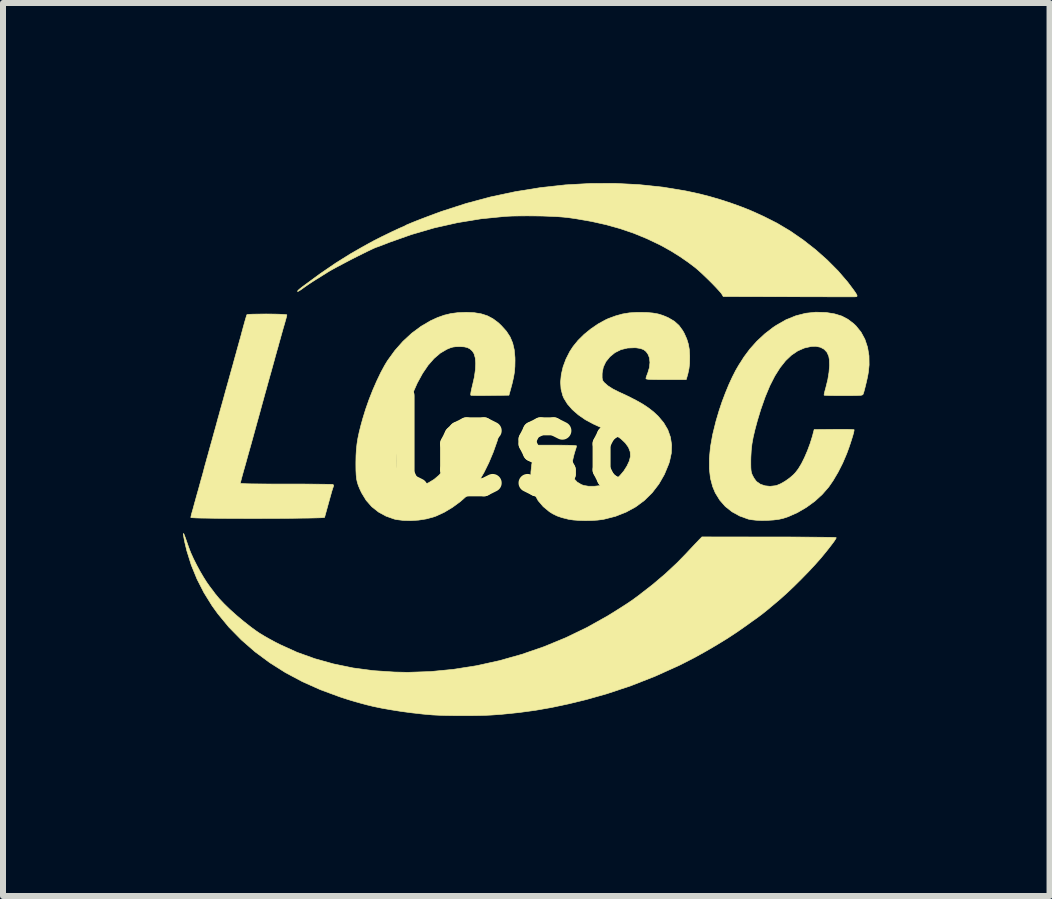
<source format=kicad_pcb>
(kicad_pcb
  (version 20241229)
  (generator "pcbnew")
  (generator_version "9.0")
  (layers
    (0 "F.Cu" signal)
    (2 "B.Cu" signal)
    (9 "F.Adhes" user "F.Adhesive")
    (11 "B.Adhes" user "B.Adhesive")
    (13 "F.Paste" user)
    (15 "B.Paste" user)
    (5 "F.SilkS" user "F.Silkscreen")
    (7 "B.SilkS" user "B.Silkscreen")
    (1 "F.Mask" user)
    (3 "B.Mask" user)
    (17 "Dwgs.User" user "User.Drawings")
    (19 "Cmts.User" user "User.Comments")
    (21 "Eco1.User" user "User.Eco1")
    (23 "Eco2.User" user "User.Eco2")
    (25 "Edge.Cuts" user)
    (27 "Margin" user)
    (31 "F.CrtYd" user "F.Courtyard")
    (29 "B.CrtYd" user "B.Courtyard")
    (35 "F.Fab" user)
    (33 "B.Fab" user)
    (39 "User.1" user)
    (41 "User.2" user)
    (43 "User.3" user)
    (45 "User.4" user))
  (footprint "lcsc"
    (layer "F.Cu")
    (at 5.666 4.379)
    (property "Reference" "lcsc" (at 0 0 0) (layer "F.SilkS") (effects (font (size 1.524 1.524) (thickness 0.3))))
    (attr through_hole)
    (fp_poly (pts (xy -0.817 -2.22) (xy -0.7 -2.201) (xy -0.597 -2.168) (xy -0.504 -2.119) (xy -0.414 -2.052) (xy -0.361 -2.001) (xy -0.279 -1.91) (xy -0.218 -1.816) (xy -0.175 -1.714) (xy -0.149 -1.602) (xy -0.137 -1.473) (xy -0.136 -1.422) (xy -0.138 -1.324) (xy -0.145 -1.235) (xy -0.16 -1.145) (xy -0.182 -1.047) (xy -0.202 -0.972) (xy -0.237 -0.845) (xy -0.547 -0.841) (xy -0.634 -0.84) (xy -0.712 -0.84) (xy -0.779 -0.84) (xy -0.83 -0.841) (xy -0.862 -0.842) (xy -0.871 -0.843) (xy -0.875 -0.856) (xy -0.871 -0.89) (xy -0.86 -0.946) (xy -0.844 -1.012) (xy -0.813 -1.148) (xy -0.796 -1.27) (xy -0.791 -1.377) (xy -0.798 -1.465) (xy -0.818 -1.535) (xy -0.846 -1.58) (xy -0.886 -1.616) (xy -0.93 -1.639) (xy -0.984 -1.651) (xy -1.054 -1.655) (xy -1.068 -1.655) (xy -1.126 -1.653) (xy -1.171 -1.647) (xy -1.212 -1.635) (xy -1.263 -1.614) (xy -1.272 -1.61) (xy -1.381 -1.546) (xy -1.485 -1.457) (xy -1.584 -1.344) (xy -1.677 -1.207) (xy -1.765 -1.046) (xy -1.847 -0.861) (xy -1.923 -0.652) (xy -1.994 -0.421) (xy -2.059 -0.166) (xy -2.065 -0.14) (xy -2.083 -0.047) (xy -2.096 0.052) (xy -2.104 0.152) (xy -2.108 0.248) (xy -2.106 0.335) (xy -2.099 0.407) (xy -2.088 0.458) (xy -2.046 0.541) (xy -1.99 0.604) (xy -1.921 0.647) (xy -1.842 0.669) (xy -1.753 0.67) (xy -1.658 0.648) (xy -1.577 0.614) (xy -1.485 0.558) (xy -1.402 0.488) (xy -1.327 0.401) (xy -1.259 0.296) (xy -1.196 0.17) (xy -1.138 0.023) (xy -1.091 -0.121) (xy -1.045 -0.273) (xy -0.719 -0.276) (xy -0.616 -0.277) (xy -0.536 -0.277) (xy -0.476 -0.276) (xy -0.433 -0.275) (xy -0.406 -0.272) (xy -0.391 -0.267) (xy -0.387 -0.263) (xy -0.388 -0.245) (xy -0.396 -0.208) (xy -0.41 -0.158) (xy -0.428 -0.098) (xy -0.432 -0.084) (xy -0.499 0.105) (xy -0.573 0.281) (xy -0.653 0.443) (xy -0.736 0.585) (xy -0.822 0.705) (xy -0.926 0.82) (xy -1.047 0.927) (xy -1.179 1.024) (xy -1.316 1.106) (xy -1.453 1.169) (xy -1.499 1.185) (xy -1.615 1.216) (xy -1.742 1.236) (xy -1.872 1.244) (xy -1.998 1.241) (xy -2.111 1.227) (xy -2.146 1.219) (xy -2.285 1.17) (xy -2.411 1.101) (xy -2.522 1.013) (xy -2.616 0.906) (xy -2.691 0.783) (xy -2.695 0.775) (xy -2.725 0.711) (xy -2.748 0.655) (xy -2.764 0.603) (xy -2.776 0.548) (xy -2.782 0.486) (xy -2.786 0.411) (xy -2.787 0.319) (xy -2.787 0.273) (xy -2.785 0.163) (xy -2.779 0.064) (xy -2.769 -0.031) (xy -2.754 -0.127) (xy -2.732 -0.23) (xy -2.703 -0.345) (xy -2.672 -0.457) (xy -2.624 -0.613) (xy -2.568 -0.772) (xy -2.506 -0.93) (xy -2.44 -1.081) (xy -2.373 -1.221) (xy -2.306 -1.345) (xy -2.259 -1.422) (xy -2.138 -1.589) (xy -2.003 -1.742) (xy -1.857 -1.877) (xy -1.702 -1.992) (xy -1.542 -2.086) (xy -1.426 -2.139) (xy -1.313 -2.179) (xy -1.204 -2.205) (xy -1.09 -2.22) (xy -0.963 -2.225) (xy -0.953 -2.226) (xy -0.817 -2.22)) (stroke (width 0.01) (type solid)) (fill yes) (layer "F.SilkS"))
    (fp_poly (pts (xy 1.932 -4.353) (xy 2.33 -4.311) (xy 2.719 -4.246) (xy 2.94 -4.198) (xy 3.107 -4.155) (xy 3.282 -4.104) (xy 3.457 -4.047) (xy 3.624 -3.987) (xy 3.778 -3.926) (xy 3.861 -3.89) (xy 3.913 -3.866) (xy 3.972 -3.839) (xy 4.007 -3.823) (xy 4.229 -3.711) (xy 4.449 -3.58) (xy 4.665 -3.431) (xy 4.872 -3.269) (xy 5.067 -3.096) (xy 5.246 -2.916) (xy 5.406 -2.73) (xy 5.502 -2.602) (xy 5.537 -2.552) (xy 5.557 -2.519) (xy 5.563 -2.499) (xy 5.558 -2.489) (xy 5.541 -2.485) (xy 5.537 -2.485) (xy 5.52 -2.484) (xy 5.479 -2.484) (xy 5.417 -2.484) (xy 5.335 -2.484) (xy 5.235 -2.484) (xy 5.119 -2.484) (xy 4.99 -2.485) (xy 4.848 -2.485) (xy 4.697 -2.485) (xy 4.537 -2.486) (xy 4.419 -2.486) (xy 3.333 -2.489) (xy 3.31 -2.528) (xy 3.29 -2.555) (xy 3.255 -2.594) (xy 3.208 -2.645) (xy 3.153 -2.702) (xy 3.093 -2.762) (xy 3.031 -2.822) (xy 2.971 -2.879) (xy 2.916 -2.929) (xy 2.87 -2.968) (xy 2.865 -2.972) (xy 2.746 -3.062) (xy 2.611 -3.155) (xy 2.469 -3.244) (xy 2.329 -3.323) (xy 2.272 -3.353) (xy 2.057 -3.455) (xy 1.84 -3.544) (xy 1.617 -3.62) (xy 1.385 -3.685) (xy 1.139 -3.74) (xy 0.875 -3.786) (xy 0.749 -3.804) (xy 0.67 -3.812) (xy 0.57 -3.82) (xy 0.455 -3.825) (xy 0.329 -3.83) (xy 0.197 -3.832) (xy 0.065 -3.833) (xy -0.063 -3.832) (xy -0.182 -3.83) (xy -0.287 -3.825) (xy -0.312 -3.823) (xy -0.702 -3.784) (xy -1.092 -3.72) (xy -1.48 -3.633) (xy -1.864 -3.521) (xy -2.24 -3.388) (xy -2.251 -3.383) (xy -2.313 -3.359) (xy -2.365 -3.339) (xy -2.405 -3.324) (xy -2.427 -3.316) (xy -2.43 -3.315) (xy -2.449 -3.309) (xy -2.487 -3.293) (xy -2.54 -3.268) (xy -2.607 -3.236) (xy -2.683 -3.198) (xy -2.766 -3.157) (xy -2.853 -3.113) (xy -2.939 -3.068) (xy -3.022 -3.024) (xy -3.1 -2.983) (xy -3.168 -2.946) (xy -3.223 -2.915) (xy -3.263 -2.891) (xy -3.264 -2.89) (xy -3.292 -2.872) (xy -3.336 -2.845) (xy -3.389 -2.811) (xy -3.442 -2.779) (xy -3.505 -2.739) (xy -3.57 -2.696) (xy -3.628 -2.656) (xy -3.663 -2.631) (xy -3.703 -2.602) (xy -3.736 -2.582) (xy -3.755 -2.572) (xy -3.758 -2.573) (xy -3.758 -2.581) (xy -3.745 -2.596) (xy -3.718 -2.62) (xy -3.673 -2.655) (xy -3.643 -2.677) (xy -3.379 -2.871) (xy -3.123 -3.046) (xy -2.877 -3.2) (xy -2.692 -3.306) (xy -2.643 -3.333) (xy -2.586 -3.365) (xy -2.54 -3.39) (xy -2.489 -3.418) (xy -2.422 -3.452) (xy -2.345 -3.491) (xy -2.264 -3.53) (xy -2.186 -3.568) (xy -2.115 -3.601) (xy -2.059 -3.627) (xy -2.045 -3.633) (xy -2.005 -3.65) (xy -1.974 -3.664) (xy -1.962 -3.671) (xy -1.944 -3.681) (xy -1.906 -3.697) (xy -1.851 -3.72) (xy -1.784 -3.747) (xy -1.707 -3.777) (xy -1.626 -3.808) (xy -1.543 -3.839) (xy -1.463 -3.869) (xy -1.389 -3.896) (xy -1.359 -3.907) (xy -0.954 -4.038) (xy -0.544 -4.148) (xy -0.13 -4.236) (xy 0.286 -4.303) (xy 0.702 -4.349) (xy 1.116 -4.372) (xy 1.527 -4.374) (xy 1.932 -4.353)) (stroke (width 0.01) (type solid)) (fill yes) (layer "F.SilkS"))
    (fp_poly (pts (xy -4.204 -2.197) (xy -4.128 -2.196) (xy -4.06 -2.194) (xy -4.003 -2.191) (xy -3.961 -2.188) (xy -3.939 -2.185) (xy -3.937 -2.183) (xy -3.94 -2.165) (xy -3.949 -2.129) (xy -3.963 -2.08) (xy -3.974 -2.04) (xy -3.995 -1.969) (xy -4.017 -1.891) (xy -4.037 -1.82) (xy -4.043 -1.797) (xy -4.063 -1.727) (xy -4.084 -1.649) (xy -4.105 -1.577) (xy -4.107 -1.568) (xy -4.124 -1.509) (xy -4.145 -1.431) (xy -4.17 -1.341) (xy -4.197 -1.243) (xy -4.226 -1.141) (xy -4.254 -1.04) (xy -4.28 -0.945) (xy -4.304 -0.86) (xy -4.323 -0.79) (xy -4.337 -0.739) (xy -4.338 -0.737) (xy -4.383 -0.571) (xy -4.432 -0.395) (xy -4.482 -0.213) (xy -4.532 -0.032) (xy -4.581 0.141) (xy -4.625 0.301) (xy -4.656 0.409) (xy -4.675 0.477) (xy -4.691 0.536) (xy -4.703 0.583) (xy -4.71 0.613) (xy -4.712 0.622) (xy -4.701 0.625) (xy -4.67 0.627) (xy -4.616 0.63) (xy -4.541 0.632) (xy -4.442 0.633) (xy -4.32 0.634) (xy -4.174 0.635) (xy -4.003 0.635) (xy -3.951 0.635) (xy -3.814 0.635) (xy -3.684 0.635) (xy -3.564 0.636) (xy -3.455 0.637) (xy -3.361 0.638) (xy -3.283 0.639) (xy -3.224 0.64) (xy -3.185 0.641) (xy -3.17 0.642) (xy -3.158 0.655) (xy -3.162 0.677) (xy -3.173 0.708) (xy -3.189 0.759) (xy -3.21 0.834) (xy -3.237 0.931) (xy -3.264 1.029) (xy -3.28 1.087) (xy -3.294 1.137) (xy -3.304 1.174) (xy -3.309 1.191) (xy -3.322 1.193) (xy -3.358 1.196) (xy -3.416 1.198) (xy -3.491 1.2) (xy -3.584 1.202) (xy -3.69 1.203) (xy -3.809 1.205) (xy -3.937 1.206) (xy -4.073 1.207) (xy -4.215 1.207) (xy -4.359 1.208) (xy -4.505 1.208) (xy -4.649 1.208) (xy -4.79 1.207) (xy -4.925 1.207) (xy -5.053 1.206) (xy -5.17 1.205) (xy -5.275 1.203) (xy -5.365 1.202) (xy -5.439 1.2) (xy -5.494 1.197) (xy -5.527 1.195) (xy -5.537 1.193) (xy -5.534 1.173) (xy -5.526 1.139) (xy -5.519 1.113) (xy -5.501 1.051) (xy -5.481 0.977) (xy -5.458 0.894) (xy -5.434 0.807) (xy -5.409 0.72) (xy -5.386 0.636) (xy -5.365 0.559) (xy -5.346 0.493) (xy -5.332 0.442) (xy -5.323 0.409) (xy -5.321 0.4) (xy -5.314 0.372) (xy -5.302 0.327) (xy -5.286 0.271) (xy -5.273 0.222) (xy -5.256 0.163) (xy -5.235 0.086) (xy -5.211 -0.001) (xy -5.186 -0.089) (xy -5.169 -0.152) (xy -5.146 -0.235) (xy -5.123 -0.317) (xy -5.102 -0.394) (xy -5.085 -0.457) (xy -5.074 -0.495) (xy -5.062 -0.539) (xy -5.045 -0.602) (xy -5.023 -0.679) (xy -4.999 -0.765) (xy -4.974 -0.856) (xy -4.96 -0.908) (xy -4.913 -1.075) (xy -4.873 -1.22) (xy -4.838 -1.344) (xy -4.809 -1.451) (xy -4.783 -1.543) (xy -4.762 -1.621) (xy -4.743 -1.688) (xy -4.727 -1.747) (xy -4.712 -1.799) (xy -4.699 -1.847) (xy -4.687 -1.893) (xy -4.674 -1.94) (xy -4.661 -1.989) (xy -4.66 -1.992) (xy -4.642 -2.057) (xy -4.626 -2.113) (xy -4.613 -2.156) (xy -4.605 -2.181) (xy -4.603 -2.186) (xy -4.589 -2.19) (xy -4.553 -2.193) (xy -4.501 -2.195) (xy -4.436 -2.196) (xy -4.362 -2.197) (xy -4.283 -2.198) (xy -4.204 -2.197)) (stroke (width 0.01) (type solid)) (fill yes) (layer "F.SilkS"))
    (fp_poly (pts (xy 5.048 -2.223) (xy 5.053 -2.222) (xy 5.188 -2.2) (xy 5.306 -2.164) (xy 5.409 -2.11) (xy 5.504 -2.038) (xy 5.545 -1.999) (xy 5.629 -1.895) (xy 5.693 -1.776) (xy 5.737 -1.644) (xy 5.761 -1.501) (xy 5.763 -1.349) (xy 5.752 -1.238) (xy 5.744 -1.189) (xy 5.732 -1.128) (xy 5.717 -1.062) (xy 5.701 -0.996) (xy 5.686 -0.937) (xy 5.673 -0.89) (xy 5.663 -0.862) (xy 5.662 -0.86) (xy 5.657 -0.854) (xy 5.646 -0.848) (xy 5.628 -0.844) (xy 5.599 -0.842) (xy 5.556 -0.84) (xy 5.497 -0.839) (xy 5.417 -0.838) (xy 5.336 -0.838) (xy 5.249 -0.838) (xy 5.171 -0.839) (xy 5.104 -0.84) (xy 5.054 -0.842) (xy 5.023 -0.844) (xy 5.014 -0.845) (xy 5.014 -0.859) (xy 5.021 -0.893) (xy 5.033 -0.939) (xy 5.043 -0.975) (xy 5.075 -1.104) (xy 5.095 -1.227) (xy 5.104 -1.339) (xy 5.101 -1.436) (xy 5.091 -1.494) (xy 5.062 -1.559) (xy 5.015 -1.61) (xy 4.952 -1.644) (xy 4.875 -1.66) (xy 4.798 -1.657) (xy 4.683 -1.631) (xy 4.574 -1.583) (xy 4.47 -1.513) (xy 4.372 -1.42) (xy 4.28 -1.304) (xy 4.192 -1.165) (xy 4.109 -1.002) (xy 4.031 -0.815) (xy 3.957 -0.604) (xy 3.901 -0.419) (xy 3.862 -0.274) (xy 3.832 -0.147) (xy 3.811 -0.031) (xy 3.799 0.079) (xy 3.793 0.189) (xy 3.792 0.235) (xy 3.792 0.31) (xy 3.793 0.366) (xy 3.796 0.406) (xy 3.801 0.437) (xy 3.809 0.464) (xy 3.82 0.49) (xy 3.845 0.536) (xy 3.875 0.578) (xy 3.89 0.595) (xy 3.952 0.638) (xy 4.028 0.664) (xy 4.113 0.673) (xy 4.202 0.663) (xy 4.231 0.655) (xy 4.292 0.629) (xy 4.362 0.589) (xy 4.433 0.539) (xy 4.498 0.484) (xy 4.534 0.447) (xy 4.584 0.382) (xy 4.636 0.296) (xy 4.687 0.194) (xy 4.736 0.08) (xy 4.781 -0.041) (xy 4.82 -0.166) (xy 4.831 -0.21) (xy 4.848 -0.273) (xy 5.176 -0.276) (xy 5.265 -0.277) (xy 5.345 -0.277) (xy 5.414 -0.276) (xy 5.467 -0.274) (xy 5.501 -0.272) (xy 5.513 -0.27) (xy 5.512 -0.255) (xy 5.505 -0.22) (xy 5.491 -0.17) (xy 5.472 -0.108) (xy 5.45 -0.04) (xy 5.426 0.031) (xy 5.401 0.099) (xy 5.39 0.129) (xy 5.323 0.286) (xy 5.246 0.438) (xy 5.163 0.578) (xy 5.091 0.683) (xy 4.985 0.805) (xy 4.86 0.92) (xy 4.72 1.022) (xy 4.57 1.11) (xy 4.417 1.178) (xy 4.33 1.207) (xy 4.258 1.223) (xy 4.17 1.234) (xy 4.073 1.24) (xy 3.974 1.242) (xy 3.881 1.238) (xy 3.801 1.229) (xy 3.753 1.22) (xy 3.608 1.168) (xy 3.479 1.097) (xy 3.368 1.009) (xy 3.275 0.903) (xy 3.2 0.781) (xy 3.157 0.678) (xy 3.12 0.539) (xy 3.102 0.382) (xy 3.102 0.208) (xy 3.12 0.017) (xy 3.157 -0.19) (xy 3.212 -0.412) (xy 3.265 -0.591) (xy 3.314 -0.737) (xy 3.369 -0.882) (xy 3.426 -1.021) (xy 3.485 -1.149) (xy 3.542 -1.261) (xy 3.596 -1.353) (xy 3.628 -1.402) (xy 3.662 -1.456) (xy 3.677 -1.48) (xy 3.776 -1.613) (xy 3.893 -1.744) (xy 4.025 -1.867) (xy 4.165 -1.975) (xy 4.218 -2.01) (xy 4.379 -2.102) (xy 4.542 -2.168) (xy 4.706 -2.21) (xy 4.874 -2.228) (xy 5.048 -2.223)) (stroke (width 0.01) (type solid)) (fill yes) (layer "F.SilkS"))
    (fp_poly (pts (xy -5.656 1.46) (xy -5.645 1.485) (xy -5.627 1.534) (xy -5.612 1.575) (xy -5.59 1.639) (xy -5.568 1.701) (xy -5.548 1.754) (xy -5.536 1.784) (xy -5.493 1.879) (xy -5.441 1.982) (xy -5.385 2.086) (xy -5.327 2.185) (xy -5.272 2.272) (xy -5.229 2.333) (xy -5.2 2.372) (xy -5.163 2.42) (xy -5.131 2.464) (xy -5.066 2.542) (xy -4.983 2.63) (xy -4.885 2.725) (xy -4.776 2.823) (xy -4.658 2.922) (xy -4.536 3.018) (xy -4.451 3.08) (xy -4.392 3.12) (xy -4.315 3.167) (xy -4.225 3.218) (xy -4.129 3.27) (xy -4.052 3.309) (xy -3.768 3.438) (xy -3.47 3.545) (xy -3.158 3.632) (xy -2.833 3.699) (xy -2.495 3.744) (xy -2.146 3.767) (xy -1.924 3.772) (xy -1.544 3.759) (xy -1.162 3.722) (xy -0.779 3.662) (xy -0.398 3.578) (xy -0.022 3.472) (xy 0.349 3.344) (xy 0.712 3.194) (xy 1.064 3.024) (xy 1.404 2.834) (xy 1.53 2.756) (xy 1.614 2.703) (xy 1.681 2.66) (xy 1.735 2.625) (xy 1.781 2.594) (xy 1.824 2.565) (xy 1.867 2.533) (xy 1.915 2.498) (xy 1.924 2.491) (xy 2.156 2.311) (xy 2.368 2.131) (xy 2.565 1.947) (xy 2.711 1.797) (xy 2.767 1.737) (xy 2.821 1.68) (xy 2.868 1.63) (xy 2.906 1.591) (xy 2.927 1.568) (xy 2.978 1.516) (xy 4.091 1.517) (xy 4.257 1.517) (xy 4.416 1.517) (xy 4.566 1.518) (xy 4.704 1.519) (xy 4.83 1.52) (xy 4.942 1.521) (xy 5.036 1.522) (xy 5.113 1.523) (xy 5.169 1.524) (xy 5.203 1.526) (xy 5.214 1.527) (xy 5.213 1.537) (xy 5.199 1.561) (xy 5.173 1.6) (xy 5.132 1.654) (xy 5.076 1.726) (xy 5.045 1.765) (xy 4.961 1.867) (xy 4.862 1.979) (xy 4.751 2.098) (xy 4.633 2.219) (xy 4.514 2.337) (xy 4.397 2.448) (xy 4.287 2.547) (xy 4.235 2.591) (xy 4.19 2.629) (xy 4.152 2.661) (xy 4.125 2.683) (xy 4.115 2.692) (xy 4.097 2.708) (xy 4.065 2.734) (xy 4.024 2.767) (xy 3.98 2.802) (xy 3.937 2.834) (xy 3.903 2.86) (xy 3.886 2.872) (xy 3.859 2.891) (xy 3.816 2.921) (xy 3.765 2.958) (xy 3.71 2.998) (xy 3.708 2.999) (xy 3.562 3.101) (xy 3.398 3.209) (xy 3.221 3.317) (xy 3.038 3.424) (xy 2.854 3.526) (xy 2.675 3.618) (xy 2.597 3.657) (xy 2.198 3.837) (xy 1.798 3.994) (xy 1.393 4.129) (xy 1.046 4.227) (xy 0.753 4.298) (xy 0.475 4.357) (xy 0.202 4.405) (xy -0.072 4.442) (xy -0.356 4.471) (xy -0.521 4.483) (xy -0.601 4.487) (xy -0.701 4.49) (xy -0.815 4.492) (xy -0.936 4.493) (xy -1.061 4.493) (xy -1.184 4.492) (xy -1.299 4.49) (xy -1.401 4.487) (xy -1.484 4.483) (xy -1.505 4.482) (xy -1.675 4.467) (xy -1.851 4.447) (xy -2.026 4.424) (xy -2.196 4.397) (xy -2.356 4.369) (xy -2.5 4.339) (xy -2.603 4.314) (xy -2.704 4.287) (xy -2.786 4.264) (xy -2.858 4.243) (xy -2.927 4.222) (xy -3.001 4.198) (xy -3.061 4.178) (xy -3.376 4.062) (xy -3.676 3.928) (xy -3.958 3.778) (xy -4.222 3.611) (xy -4.468 3.429) (xy -4.695 3.231) (xy -4.903 3.019) (xy -5.089 2.793) (xy -5.184 2.661) (xy -5.318 2.445) (xy -5.434 2.218) (xy -5.53 1.983) (xy -5.604 1.746) (xy -5.638 1.604) (xy -5.652 1.531) (xy -5.66 1.483) (xy -5.661 1.46) (xy -5.656 1.46)) (stroke (width 0.01) (type solid)) (fill yes) (layer "F.SilkS"))
    (fp_poly (pts (xy 2.061 -2.223) (xy 2.16 -2.214) (xy 2.246 -2.199) (xy 2.325 -2.175) (xy 2.404 -2.142) (xy 2.421 -2.134) (xy 2.518 -2.077) (xy 2.595 -2.008) (xy 2.657 -1.923) (xy 2.684 -1.875) (xy 2.725 -1.783) (xy 2.752 -1.696) (xy 2.768 -1.605) (xy 2.774 -1.502) (xy 2.774 -1.473) (xy 2.772 -1.373) (xy 2.762 -1.287) (xy 2.744 -1.202) (xy 2.728 -1.146) (xy 2.716 -1.105) (xy 2.38 -1.105) (xy 2.276 -1.105) (xy 2.195 -1.106) (xy 2.134 -1.107) (xy 2.091 -1.109) (xy 2.063 -1.113) (xy 2.049 -1.117) (xy 2.045 -1.122) (xy 2.049 -1.142) (xy 2.061 -1.177) (xy 2.077 -1.219) (xy 2.103 -1.305) (xy 2.112 -1.391) (xy 2.103 -1.469) (xy 2.081 -1.525) (xy 2.048 -1.572) (xy 2.007 -1.604) (xy 1.953 -1.624) (xy 1.881 -1.635) (xy 1.86 -1.636) (xy 1.739 -1.631) (xy 1.628 -1.604) (xy 1.528 -1.554) (xy 1.444 -1.485) (xy 1.377 -1.402) (xy 1.335 -1.313) (xy 1.316 -1.216) (xy 1.315 -1.185) (xy 1.315 -1.136) (xy 1.32 -1.104) (xy 1.33 -1.081) (xy 1.348 -1.058) (xy 1.353 -1.053) (xy 1.411 -1.002) (xy 1.492 -0.95) (xy 1.593 -0.899) (xy 1.613 -0.89) (xy 1.761 -0.821) (xy 1.887 -0.756) (xy 1.996 -0.694) (xy 2.09 -0.631) (xy 2.172 -0.567) (xy 2.245 -0.499) (xy 2.247 -0.497) (xy 2.34 -0.387) (xy 2.409 -0.27) (xy 2.453 -0.146) (xy 2.473 -0.016) (xy 2.468 0.12) (xy 2.438 0.26) (xy 2.425 0.3) (xy 2.352 0.476) (xy 2.26 0.636) (xy 2.149 0.78) (xy 2.02 0.907) (xy 1.875 1.015) (xy 1.714 1.103) (xy 1.539 1.172) (xy 1.351 1.22) (xy 1.326 1.225) (xy 1.24 1.236) (xy 1.141 1.242) (xy 1.035 1.244) (xy 0.931 1.241) (xy 0.835 1.234) (xy 0.755 1.222) (xy 0.743 1.219) (xy 0.645 1.194) (xy 0.564 1.166) (xy 0.493 1.131) (xy 0.437 1.096) (xy 0.334 1.011) (xy 0.249 0.911) (xy 0.186 0.797) (xy 0.144 0.673) (xy 0.139 0.65) (xy 0.128 0.549) (xy 0.129 0.433) (xy 0.143 0.307) (xy 0.169 0.179) (xy 0.179 0.143) (xy 0.221 -0.013) (xy 0.555 -0.013) (xy 0.66 -0.012) (xy 0.747 -0.011) (xy 0.815 -0.009) (xy 0.862 -0.006) (xy 0.886 -0.002) (xy 0.889 -0.000444) (xy 0.885 0.018) (xy 0.876 0.051) (xy 0.87 0.066) (xy 0.85 0.133) (xy 0.832 0.206) (xy 0.816 0.28) (xy 0.805 0.345) (xy 0.8 0.395) (xy 0.8 0.399) (xy 0.812 0.476) (xy 0.846 0.545) (xy 0.899 0.602) (xy 0.969 0.644) (xy 1.01 0.659) (xy 1.09 0.672) (xy 1.184 0.672) (xy 1.283 0.661) (xy 1.379 0.64) (xy 1.463 0.608) (xy 1.474 0.603) (xy 1.545 0.556) (xy 1.614 0.492) (xy 1.677 0.417) (xy 1.729 0.335) (xy 1.768 0.252) (xy 1.787 0.175) (xy 1.787 0.172) (xy 1.783 0.098) (xy 1.754 0.023) (xy 1.701 -0.05) (xy 1.624 -0.122) (xy 1.525 -0.191) (xy 1.403 -0.258) (xy 1.333 -0.291) (xy 1.277 -0.316) (xy 1.218 -0.343) (xy 1.17 -0.365) (xy 1.168 -0.366) (xy 1.037 -0.436) (xy 0.92 -0.517) (xy 0.819 -0.605) (xy 0.737 -0.699) (xy 0.677 -0.797) (xy 0.659 -0.84) (xy 0.631 -0.946) (xy 0.623 -1.064) (xy 0.635 -1.189) (xy 0.665 -1.318) (xy 0.713 -1.447) (xy 0.777 -1.573) (xy 0.832 -1.657) (xy 0.914 -1.758) (xy 1.014 -1.857) (xy 1.128 -1.95) (xy 1.248 -2.032) (xy 1.368 -2.098) (xy 1.415 -2.12) (xy 1.539 -2.166) (xy 1.654 -2.198) (xy 1.77 -2.217) (xy 1.897 -2.225) (xy 1.943 -2.225) (xy 2.061 -2.223)) (stroke (width 0.01) (type solid)) (fill yes) (layer "F.SilkS")))
  (gr_rect
    (start -3 -3)
    (end 14.435 11.877)
    (stroke (width 0.1) (type default))
    (fill no)
    (layer "Edge.Cuts")))
</source>
